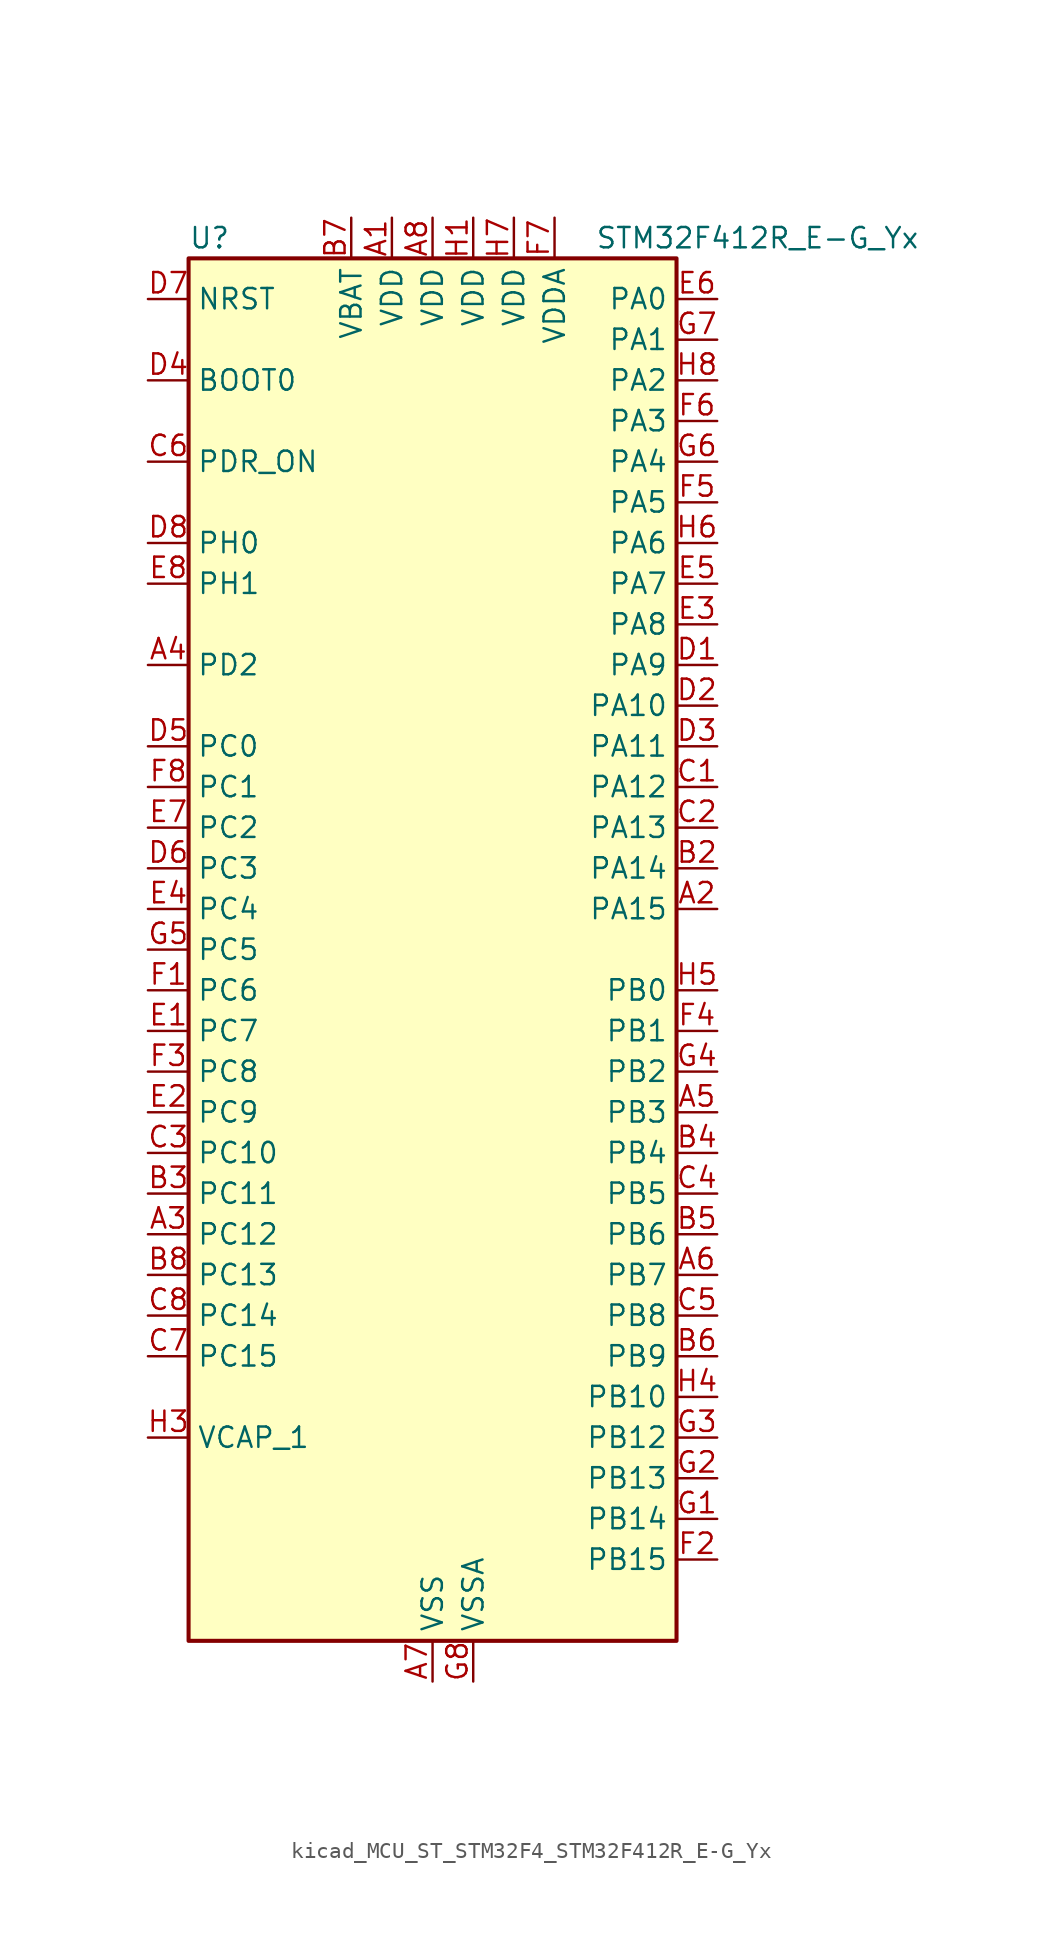
<source format=kicad_sym>
(kicad_symbol_lib
  (version 20220914)
  (generator kicad_symbol_editor)
  (symbol "kicad_MCU_ST_STM32F4_STM32F412R_E-G_Yx"
    (property "Reference" "U"
      (at -15.24 44.45 0)
      (effects (font (size 1.27 1.27)) (justify left)))
    (property "Value" "STM32F412R_E-G_Yx"
      (at 10.16 44.45 0)
      (effects (font (size 1.27 1.27)) (justify left)))
    (property "ki_locked" ""
      (at 0 0 0)
      (effects (font (size 1.27 1.27))))
    (symbol "kicad_MCU_ST_STM32F4_STM32F412R_E-G_Yx_0_1"
      (rectangle (start -15.24 -43.18) (end 15.24 43.18) (stroke (width 0.254) (type default)) (fill (type background))))
    (symbol "kicad_MCU_ST_STM32F4_STM32F412R_E-G_Yx_1_1"
      (pin power_in line (at -2.54 45.72 270) (length 2.54) (name "VDD" (effects (font (size 1.27 1.27)))) (number "A1" (effects (font (size 1.27 1.27)))))
      (pin bidirectional line (at 17.78 2.54 180) (length 2.54) (name "PA15" (effects (font (size 1.27 1.27)))) (number "A2" (effects (font (size 1.27 1.27)))) (alternate "ADC1_EXTI15" bidirectional line) (alternate "I2S1_WS" bidirectional line) (alternate "I2S3_WS" bidirectional line) (alternate "SPI1_NSS" bidirectional line) (alternate "SPI3_NSS" bidirectional line) (alternate "SYS_JTDI" bidirectional line) (alternate "TIM2_CH1" bidirectional line) (alternate "TIM2_ETR" bidirectional line) (alternate "USART1_TX" bidirectional line))
      (pin bidirectional line (at -17.78 -17.78 0) (length 2.54) (name "PC12" (effects (font (size 1.27 1.27)))) (number "A3" (effects (font (size 1.27 1.27)))) (alternate "FSMC_D3" bidirectional line) (alternate "FSMC_DA3" bidirectional line) (alternate "I2S3_SD" bidirectional line) (alternate "SDIO_CK" bidirectional line) (alternate "SPI3_MOSI" bidirectional line) (alternate "USART3_CK" bidirectional line))
      (pin bidirectional line (at -17.78 17.78 0) (length 2.54) (name "PD2" (effects (font (size 1.27 1.27)))) (number "A4" (effects (font (size 1.27 1.27)))) (alternate "FSMC_NWE" bidirectional line) (alternate "SDIO_CMD" bidirectional line) (alternate "TIM3_ETR" bidirectional line))
      (pin bidirectional line (at 17.78 -10.16 180) (length 2.54) (name "PB3" (effects (font (size 1.27 1.27)))) (number "A5" (effects (font (size 1.27 1.27)))) (alternate "FMPI2C1_SDA" bidirectional line) (alternate "I2C2_SDA" bidirectional line) (alternate "I2S1_CK" bidirectional line) (alternate "I2S3_CK" bidirectional line) (alternate "SPI1_SCK" bidirectional line) (alternate "SPI3_SCK" bidirectional line) (alternate "SYS_JTDO-SWO" bidirectional line) (alternate "TIM2_CH2" bidirectional line) (alternate "USART1_RX" bidirectional line))
      (pin bidirectional line (at 17.78 -20.32 180) (length 2.54) (name "PB7" (effects (font (size 1.27 1.27)))) (number "A6" (effects (font (size 1.27 1.27)))) (alternate "FSMC_NL" bidirectional line) (alternate "I2C1_SDA" bidirectional line) (alternate "TIM4_CH2" bidirectional line) (alternate "USART1_RX" bidirectional line))
      (pin power_in line (at 0 -45.72 90) (length 2.54) (name "VSS" (effects (font (size 1.27 1.27)))) (number "A7" (effects (font (size 1.27 1.27)))))
      (pin power_in line (at 0 45.72 270) (length 2.54) (name "VDD" (effects (font (size 1.27 1.27)))) (number "A8" (effects (font (size 1.27 1.27)))))
      (pin passive line (at 0 -45.72 90) (length 2.54) hide (name "VSS" (effects (font (size 1.27 1.27)))) (number "B1" (effects (font (size 1.27 1.27)))))
      (pin bidirectional line (at 17.78 5.08 180) (length 2.54) (name "PA14" (effects (font (size 1.27 1.27)))) (number "B2" (effects (font (size 1.27 1.27)))) (alternate "SYS_JTCK-SWCLK" bidirectional line))
      (pin bidirectional line (at -17.78 -15.24 0) (length 2.54) (name "PC11" (effects (font (size 1.27 1.27)))) (number "B3" (effects (font (size 1.27 1.27)))) (alternate "ADC1_EXTI11" bidirectional line) (alternate "FSMC_D2" bidirectional line) (alternate "FSMC_DA2" bidirectional line) (alternate "I2S3_ext_SD" bidirectional line) (alternate "QUADSPI_BK2_NCS" bidirectional line) (alternate "SDIO_D3" bidirectional line) (alternate "SPI3_MISO" bidirectional line) (alternate "USART3_RX" bidirectional line))
      (pin bidirectional line (at 17.78 -12.7 180) (length 2.54) (name "PB4" (effects (font (size 1.27 1.27)))) (number "B4" (effects (font (size 1.27 1.27)))) (alternate "I2C3_SDA" bidirectional line) (alternate "I2S3_ext_SD" bidirectional line) (alternate "SDIO_D0" bidirectional line) (alternate "SPI1_MISO" bidirectional line) (alternate "SPI3_MISO" bidirectional line) (alternate "SYS_JTRST" bidirectional line) (alternate "TIM3_CH1" bidirectional line))
      (pin bidirectional line (at 17.78 -17.78 180) (length 2.54) (name "PB6" (effects (font (size 1.27 1.27)))) (number "B5" (effects (font (size 1.27 1.27)))) (alternate "CAN2_TX" bidirectional line) (alternate "I2C1_SCL" bidirectional line) (alternate "QUADSPI_BK1_NCS" bidirectional line) (alternate "SDIO_D0" bidirectional line) (alternate "TIM4_CH1" bidirectional line) (alternate "USART1_TX" bidirectional line))
      (pin bidirectional line (at 17.78 -25.4 180) (length 2.54) (name "PB9" (effects (font (size 1.27 1.27)))) (number "B6" (effects (font (size 1.27 1.27)))) (alternate "CAN1_TX" bidirectional line) (alternate "I2C1_SDA" bidirectional line) (alternate "I2C2_SDA" bidirectional line) (alternate "I2S2_WS" bidirectional line) (alternate "SDIO_D5" bidirectional line) (alternate "SPI2_NSS" bidirectional line) (alternate "TIM11_CH1" bidirectional line) (alternate "TIM4_CH4" bidirectional line))
      (pin power_in line (at -5.08 45.72 270) (length 2.54) (name "VBAT" (effects (font (size 1.27 1.27)))) (number "B7" (effects (font (size 1.27 1.27)))))
      (pin bidirectional line (at -17.78 -20.32 0) (length 2.54) (name "PC13" (effects (font (size 1.27 1.27)))) (number "B8" (effects (font (size 1.27 1.27)))) (alternate "RTC_AF1" bidirectional line))
      (pin bidirectional line (at 17.78 10.16 180) (length 2.54) (name "PA12" (effects (font (size 1.27 1.27)))) (number "C1" (effects (font (size 1.27 1.27)))) (alternate "CAN1_TX" bidirectional line) (alternate "SPI5_MISO" bidirectional line) (alternate "TIM1_ETR" bidirectional line) (alternate "USART1_RTS" bidirectional line) (alternate "USART6_RX" bidirectional line) (alternate "USB_OTG_FS_DP" bidirectional line))
      (pin bidirectional line (at 17.78 7.62 180) (length 2.54) (name "PA13" (effects (font (size 1.27 1.27)))) (number "C2" (effects (font (size 1.27 1.27)))) (alternate "SYS_JTMS-SWDIO" bidirectional line))
      (pin bidirectional line (at -17.78 -12.7 0) (length 2.54) (name "PC10" (effects (font (size 1.27 1.27)))) (number "C3" (effects (font (size 1.27 1.27)))) (alternate "I2S3_CK" bidirectional line) (alternate "QUADSPI_BK1_IO1" bidirectional line) (alternate "SDIO_D2" bidirectional line) (alternate "SPI3_SCK" bidirectional line) (alternate "USART3_TX" bidirectional line))
      (pin bidirectional line (at 17.78 -15.24 180) (length 2.54) (name "PB5" (effects (font (size 1.27 1.27)))) (number "C4" (effects (font (size 1.27 1.27)))) (alternate "CAN2_RX" bidirectional line) (alternate "I2C1_SMBA" bidirectional line) (alternate "I2S1_SD" bidirectional line) (alternate "I2S3_SD" bidirectional line) (alternate "SDIO_D3" bidirectional line) (alternate "SPI1_MOSI" bidirectional line) (alternate "SPI3_MOSI" bidirectional line) (alternate "TIM3_CH2" bidirectional line))
      (pin bidirectional line (at 17.78 -22.86 180) (length 2.54) (name "PB8" (effects (font (size 1.27 1.27)))) (number "C5" (effects (font (size 1.27 1.27)))) (alternate "CAN1_RX" bidirectional line) (alternate "I2C1_SCL" bidirectional line) (alternate "I2C3_SDA" bidirectional line) (alternate "I2S5_SD" bidirectional line) (alternate "SDIO_D4" bidirectional line) (alternate "SPI5_MOSI" bidirectional line) (alternate "TIM10_CH1" bidirectional line) (alternate "TIM4_CH3" bidirectional line))
      (pin input line (at -17.78 30.48 0) (length 2.54) (name "PDR_ON" (effects (font (size 1.27 1.27)))) (number "C6" (effects (font (size 1.27 1.27)))))
      (pin bidirectional line (at -17.78 -25.4 0) (length 2.54) (name "PC15" (effects (font (size 1.27 1.27)))) (number "C7" (effects (font (size 1.27 1.27)))) (alternate "ADC1_EXTI15" bidirectional line) (alternate "RCC_OSC32_OUT" bidirectional line))
      (pin bidirectional line (at -17.78 -22.86 0) (length 2.54) (name "PC14" (effects (font (size 1.27 1.27)))) (number "C8" (effects (font (size 1.27 1.27)))) (alternate "RCC_OSC32_IN" bidirectional line))
      (pin bidirectional line (at 17.78 17.78 180) (length 2.54) (name "PA9" (effects (font (size 1.27 1.27)))) (number "D1" (effects (font (size 1.27 1.27)))) (alternate "I2C3_SMBA" bidirectional line) (alternate "SDIO_D2" bidirectional line) (alternate "TIM1_CH2" bidirectional line) (alternate "USART1_TX" bidirectional line) (alternate "USB_OTG_FS_VBUS" bidirectional line))
      (pin bidirectional line (at 17.78 15.24 180) (length 2.54) (name "PA10" (effects (font (size 1.27 1.27)))) (number "D2" (effects (font (size 1.27 1.27)))) (alternate "I2S5_SD" bidirectional line) (alternate "SPI5_MOSI" bidirectional line) (alternate "TIM1_CH3" bidirectional line) (alternate "USART1_RX" bidirectional line) (alternate "USB_OTG_FS_ID" bidirectional line))
      (pin bidirectional line (at 17.78 12.7 180) (length 2.54) (name "PA11" (effects (font (size 1.27 1.27)))) (number "D3" (effects (font (size 1.27 1.27)))) (alternate "ADC1_EXTI11" bidirectional line) (alternate "CAN1_RX" bidirectional line) (alternate "SPI4_MISO" bidirectional line) (alternate "TIM1_CH4" bidirectional line) (alternate "USART1_CTS" bidirectional line) (alternate "USART6_TX" bidirectional line) (alternate "USB_OTG_FS_DM" bidirectional line))
      (pin input line (at -17.78 35.56 0) (length 2.54) (name "BOOT0" (effects (font (size 1.27 1.27)))) (number "D4" (effects (font (size 1.27 1.27)))))
      (pin bidirectional line (at -17.78 12.7 0) (length 2.54) (name "PC0" (effects (font (size 1.27 1.27)))) (number "D5" (effects (font (size 1.27 1.27)))) (alternate "ADC1_IN10" bidirectional line) (alternate "SYS_WKUP2" bidirectional line))
      (pin bidirectional line (at -17.78 5.08 0) (length 2.54) (name "PC3" (effects (font (size 1.27 1.27)))) (number "D6" (effects (font (size 1.27 1.27)))) (alternate "ADC1_IN13" bidirectional line) (alternate "FSMC_A0" bidirectional line) (alternate "I2S2_SD" bidirectional line) (alternate "SPI2_MOSI" bidirectional line))
      (pin input line (at -17.78 40.64 0) (length 2.54) (name "NRST" (effects (font (size 1.27 1.27)))) (number "D7" (effects (font (size 1.27 1.27)))))
      (pin bidirectional line (at -17.78 25.4 0) (length 2.54) (name "PH0" (effects (font (size 1.27 1.27)))) (number "D8" (effects (font (size 1.27 1.27)))) (alternate "RCC_OSC_IN" bidirectional line))
      (pin bidirectional line (at -17.78 -5.08 0) (length 2.54) (name "PC7" (effects (font (size 1.27 1.27)))) (number "E1" (effects (font (size 1.27 1.27)))) (alternate "DFSDM1_DATIN3" bidirectional line) (alternate "FMPI2C1_SDA" bidirectional line) (alternate "I2S2_CK" bidirectional line) (alternate "I2S3_MCK" bidirectional line) (alternate "SDIO_D7" bidirectional line) (alternate "SPI2_SCK" bidirectional line) (alternate "TIM3_CH2" bidirectional line) (alternate "TIM8_CH2" bidirectional line) (alternate "USART6_RX" bidirectional line))
      (pin bidirectional line (at -17.78 -10.16 0) (length 2.54) (name "PC9" (effects (font (size 1.27 1.27)))) (number "E2" (effects (font (size 1.27 1.27)))) (alternate "I2C3_SDA" bidirectional line) (alternate "I2S_CKIN" bidirectional line) (alternate "QUADSPI_BK1_IO0" bidirectional line) (alternate "RCC_MCO_2" bidirectional line) (alternate "SDIO_D1" bidirectional line) (alternate "TIM3_CH4" bidirectional line) (alternate "TIM8_CH4" bidirectional line))
      (pin bidirectional line (at 17.78 20.32 180) (length 2.54) (name "PA8" (effects (font (size 1.27 1.27)))) (number "E3" (effects (font (size 1.27 1.27)))) (alternate "I2C3_SCL" bidirectional line) (alternate "RCC_MCO_1" bidirectional line) (alternate "SDIO_D1" bidirectional line) (alternate "TIM1_CH1" bidirectional line) (alternate "USART1_CK" bidirectional line) (alternate "USB_OTG_FS_SOF" bidirectional line))
      (pin bidirectional line (at -17.78 2.54 0) (length 2.54) (name "PC4" (effects (font (size 1.27 1.27)))) (number "E4" (effects (font (size 1.27 1.27)))) (alternate "ADC1_IN14" bidirectional line) (alternate "FSMC_NE4" bidirectional line) (alternate "I2S1_MCK" bidirectional line) (alternate "QUADSPI_BK2_IO2" bidirectional line))
      (pin bidirectional line (at 17.78 22.86 180) (length 2.54) (name "PA7" (effects (font (size 1.27 1.27)))) (number "E5" (effects (font (size 1.27 1.27)))) (alternate "ADC1_IN7" bidirectional line) (alternate "I2S1_SD" bidirectional line) (alternate "QUADSPI_BK2_IO1" bidirectional line) (alternate "SPI1_MOSI" bidirectional line) (alternate "TIM14_CH1" bidirectional line) (alternate "TIM1_CH1N" bidirectional line) (alternate "TIM3_CH2" bidirectional line) (alternate "TIM8_CH1N" bidirectional line))
      (pin bidirectional line (at 17.78 40.64 180) (length 2.54) (name "PA0" (effects (font (size 1.27 1.27)))) (number "E6" (effects (font (size 1.27 1.27)))) (alternate "ADC1_IN0" bidirectional line) (alternate "SYS_WKUP1" bidirectional line) (alternate "TIM2_CH1" bidirectional line) (alternate "TIM2_ETR" bidirectional line) (alternate "TIM5_CH1" bidirectional line) (alternate "TIM8_ETR" bidirectional line) (alternate "USART2_CTS" bidirectional line))
      (pin bidirectional line (at -17.78 7.62 0) (length 2.54) (name "PC2" (effects (font (size 1.27 1.27)))) (number "E7" (effects (font (size 1.27 1.27)))) (alternate "ADC1_IN12" bidirectional line) (alternate "DFSDM1_CKOUT" bidirectional line) (alternate "FSMC_NWE" bidirectional line) (alternate "I2S2_ext_SD" bidirectional line) (alternate "SPI2_MISO" bidirectional line))
      (pin bidirectional line (at -17.78 22.86 0) (length 2.54) (name "PH1" (effects (font (size 1.27 1.27)))) (number "E8" (effects (font (size 1.27 1.27)))) (alternate "RCC_OSC_OUT" bidirectional line))
      (pin bidirectional line (at -17.78 -2.54 0) (length 2.54) (name "PC6" (effects (font (size 1.27 1.27)))) (number "F1" (effects (font (size 1.27 1.27)))) (alternate "DFSDM1_CKIN3" bidirectional line) (alternate "FMPI2C1_SCL" bidirectional line) (alternate "FSMC_D1" bidirectional line) (alternate "FSMC_DA1" bidirectional line) (alternate "I2S2_MCK" bidirectional line) (alternate "SDIO_D6" bidirectional line) (alternate "TIM3_CH1" bidirectional line) (alternate "TIM8_CH1" bidirectional line) (alternate "USART6_TX" bidirectional line))
      (pin bidirectional line (at 17.78 -38.1 180) (length 2.54) (name "PB15" (effects (font (size 1.27 1.27)))) (number "F2" (effects (font (size 1.27 1.27)))) (alternate "ADC1_EXTI15" bidirectional line) (alternate "DFSDM1_CKIN2" bidirectional line) (alternate "FMPI2C1_SCL" bidirectional line) (alternate "I2S2_SD" bidirectional line) (alternate "RTC_REFIN" bidirectional line) (alternate "SDIO_CK" bidirectional line) (alternate "SPI2_MOSI" bidirectional line) (alternate "TIM12_CH2" bidirectional line) (alternate "TIM1_CH3N" bidirectional line) (alternate "TIM8_CH3N" bidirectional line))
      (pin bidirectional line (at -17.78 -7.62 0) (length 2.54) (name "PC8" (effects (font (size 1.27 1.27)))) (number "F3" (effects (font (size 1.27 1.27)))) (alternate "QUADSPI_BK1_IO2" bidirectional line) (alternate "SDIO_D0" bidirectional line) (alternate "TIM3_CH3" bidirectional line) (alternate "TIM8_CH3" bidirectional line) (alternate "USART6_CK" bidirectional line))
      (pin bidirectional line (at 17.78 -5.08 180) (length 2.54) (name "PB1" (effects (font (size 1.27 1.27)))) (number "F4" (effects (font (size 1.27 1.27)))) (alternate "ADC1_IN9" bidirectional line) (alternate "DFSDM1_DATIN0" bidirectional line) (alternate "I2S5_WS" bidirectional line) (alternate "QUADSPI_CLK" bidirectional line) (alternate "SPI5_NSS" bidirectional line) (alternate "TIM1_CH3N" bidirectional line) (alternate "TIM3_CH4" bidirectional line) (alternate "TIM8_CH3N" bidirectional line))
      (pin bidirectional line (at 17.78 27.94 180) (length 2.54) (name "PA5" (effects (font (size 1.27 1.27)))) (number "F5" (effects (font (size 1.27 1.27)))) (alternate "ADC1_IN5" bidirectional line) (alternate "DFSDM1_CKIN1" bidirectional line) (alternate "FSMC_D7" bidirectional line) (alternate "FSMC_DA7" bidirectional line) (alternate "I2S1_CK" bidirectional line) (alternate "SPI1_SCK" bidirectional line) (alternate "TIM2_CH1" bidirectional line) (alternate "TIM2_ETR" bidirectional line) (alternate "TIM8_CH1N" bidirectional line))
      (pin bidirectional line (at 17.78 33.02 180) (length 2.54) (name "PA3" (effects (font (size 1.27 1.27)))) (number "F6" (effects (font (size 1.27 1.27)))) (alternate "ADC1_IN3" bidirectional line) (alternate "FSMC_D5" bidirectional line) (alternate "FSMC_DA5" bidirectional line) (alternate "I2S2_MCK" bidirectional line) (alternate "TIM2_CH4" bidirectional line) (alternate "TIM5_CH4" bidirectional line) (alternate "TIM9_CH2" bidirectional line) (alternate "USART2_RX" bidirectional line))
      (pin power_in line (at 7.62 45.72 270) (length 2.54) (name "VDDA" (effects (font (size 1.27 1.27)))) (number "F7" (effects (font (size 1.27 1.27)))))
      (pin bidirectional line (at -17.78 10.16 0) (length 2.54) (name "PC1" (effects (font (size 1.27 1.27)))) (number "F8" (effects (font (size 1.27 1.27)))) (alternate "ADC1_IN11" bidirectional line) (alternate "SYS_WKUP3" bidirectional line))
      (pin bidirectional line (at 17.78 -35.56 180) (length 2.54) (name "PB14" (effects (font (size 1.27 1.27)))) (number "G1" (effects (font (size 1.27 1.27)))) (alternate "DFSDM1_DATIN2" bidirectional line) (alternate "FMPI2C1_SDA" bidirectional line) (alternate "FSMC_D0" bidirectional line) (alternate "FSMC_DA0" bidirectional line) (alternate "I2S2_ext_SD" bidirectional line) (alternate "SDIO_D6" bidirectional line) (alternate "SPI2_MISO" bidirectional line) (alternate "TIM12_CH1" bidirectional line) (alternate "TIM1_CH2N" bidirectional line) (alternate "TIM8_CH2N" bidirectional line) (alternate "USART3_RTS" bidirectional line))
      (pin bidirectional line (at 17.78 -33.02 180) (length 2.54) (name "PB13" (effects (font (size 1.27 1.27)))) (number "G2" (effects (font (size 1.27 1.27)))) (alternate "CAN2_TX" bidirectional line) (alternate "DFSDM1_CKIN1" bidirectional line) (alternate "FMPI2C1_SMBA" bidirectional line) (alternate "I2S2_CK" bidirectional line) (alternate "I2S4_CK" bidirectional line) (alternate "SPI2_SCK" bidirectional line) (alternate "SPI4_SCK" bidirectional line) (alternate "TIM1_CH1N" bidirectional line) (alternate "USART3_CTS" bidirectional line))
      (pin bidirectional line (at 17.78 -30.48 180) (length 2.54) (name "PB12" (effects (font (size 1.27 1.27)))) (number "G3" (effects (font (size 1.27 1.27)))) (alternate "CAN2_RX" bidirectional line) (alternate "DFSDM1_DATIN1" bidirectional line) (alternate "I2C2_SMBA" bidirectional line) (alternate "I2S2_WS" bidirectional line) (alternate "I2S3_CK" bidirectional line) (alternate "I2S4_WS" bidirectional line) (alternate "SPI2_NSS" bidirectional line) (alternate "SPI3_SCK" bidirectional line) (alternate "SPI4_NSS" bidirectional line) (alternate "TIM1_BKIN" bidirectional line) (alternate "USART3_CK" bidirectional line))
      (pin bidirectional line (at 17.78 -7.62 180) (length 2.54) (name "PB2" (effects (font (size 1.27 1.27)))) (number "G4" (effects (font (size 1.27 1.27)))) (alternate "DFSDM1_CKIN0" bidirectional line) (alternate "QUADSPI_CLK" bidirectional line))
      (pin bidirectional line (at -17.78 0 0) (length 2.54) (name "PC5" (effects (font (size 1.27 1.27)))) (number "G5" (effects (font (size 1.27 1.27)))) (alternate "ADC1_IN15" bidirectional line) (alternate "FMPI2C1_SMBA" bidirectional line) (alternate "FSMC_NOE" bidirectional line) (alternate "QUADSPI_BK2_IO3" bidirectional line) (alternate "USART3_RX" bidirectional line))
      (pin bidirectional line (at 17.78 30.48 180) (length 2.54) (name "PA4" (effects (font (size 1.27 1.27)))) (number "G6" (effects (font (size 1.27 1.27)))) (alternate "ADC1_IN4" bidirectional line) (alternate "DFSDM1_DATIN1" bidirectional line) (alternate "FSMC_D6" bidirectional line) (alternate "FSMC_DA6" bidirectional line) (alternate "I2S1_WS" bidirectional line) (alternate "I2S3_WS" bidirectional line) (alternate "SPI1_NSS" bidirectional line) (alternate "SPI3_NSS" bidirectional line) (alternate "USART2_CK" bidirectional line))
      (pin bidirectional line (at 17.78 38.1 180) (length 2.54) (name "PA1" (effects (font (size 1.27 1.27)))) (number "G7" (effects (font (size 1.27 1.27)))) (alternate "ADC1_IN1" bidirectional line) (alternate "I2S4_SD" bidirectional line) (alternate "QUADSPI_BK1_IO3" bidirectional line) (alternate "SPI4_MOSI" bidirectional line) (alternate "TIM2_CH2" bidirectional line) (alternate "TIM5_CH2" bidirectional line) (alternate "USART2_RTS" bidirectional line))
      (pin power_in line (at 2.54 -45.72 90) (length 2.54) (name "VSSA" (effects (font (size 1.27 1.27)))) (number "G8" (effects (font (size 1.27 1.27)))))
      (pin power_in line (at 2.54 45.72 270) (length 2.54) (name "VDD" (effects (font (size 1.27 1.27)))) (number "H1" (effects (font (size 1.27 1.27)))))
      (pin passive line (at 0 -45.72 90) (length 2.54) hide (name "VSS" (effects (font (size 1.27 1.27)))) (number "H2" (effects (font (size 1.27 1.27)))))
      (pin power_out line (at -17.78 -30.48 0) (length 2.54) (name "VCAP_1" (effects (font (size 1.27 1.27)))) (number "H3" (effects (font (size 1.27 1.27)))))
      (pin bidirectional line (at 17.78 -27.94 180) (length 2.54) (name "PB10" (effects (font (size 1.27 1.27)))) (number "H4" (effects (font (size 1.27 1.27)))) (alternate "FMPI2C1_SCL" bidirectional line) (alternate "I2C2_SCL" bidirectional line) (alternate "I2S2_CK" bidirectional line) (alternate "I2S3_MCK" bidirectional line) (alternate "SDIO_D7" bidirectional line) (alternate "SPI2_SCK" bidirectional line) (alternate "TIM2_CH3" bidirectional line) (alternate "USART3_TX" bidirectional line))
      (pin bidirectional line (at 17.78 -2.54 180) (length 2.54) (name "PB0" (effects (font (size 1.27 1.27)))) (number "H5" (effects (font (size 1.27 1.27)))) (alternate "ADC1_IN8" bidirectional line) (alternate "I2S5_CK" bidirectional line) (alternate "SPI5_SCK" bidirectional line) (alternate "TIM1_CH2N" bidirectional line) (alternate "TIM3_CH3" bidirectional line) (alternate "TIM8_CH2N" bidirectional line))
      (pin bidirectional line (at 17.78 25.4 180) (length 2.54) (name "PA6" (effects (font (size 1.27 1.27)))) (number "H6" (effects (font (size 1.27 1.27)))) (alternate "ADC1_IN6" bidirectional line) (alternate "I2S2_MCK" bidirectional line) (alternate "QUADSPI_BK2_IO0" bidirectional line) (alternate "SDIO_CMD" bidirectional line) (alternate "SPI1_MISO" bidirectional line) (alternate "TIM13_CH1" bidirectional line) (alternate "TIM1_BKIN" bidirectional line) (alternate "TIM3_CH1" bidirectional line) (alternate "TIM8_BKIN" bidirectional line))
      (pin power_in line (at 5.08 45.72 270) (length 2.54) (name "VDD" (effects (font (size 1.27 1.27)))) (number "H7" (effects (font (size 1.27 1.27)))))
      (pin bidirectional line (at 17.78 35.56 180) (length 2.54) (name "PA2" (effects (font (size 1.27 1.27)))) (number "H8" (effects (font (size 1.27 1.27)))) (alternate "ADC1_IN2" bidirectional line) (alternate "FSMC_D4" bidirectional line) (alternate "FSMC_DA4" bidirectional line) (alternate "I2S_CKIN" bidirectional line) (alternate "TIM2_CH3" bidirectional line) (alternate "TIM5_CH3" bidirectional line) (alternate "TIM9_CH1" bidirectional line) (alternate "USART2_TX" bidirectional line)))))
</source>
